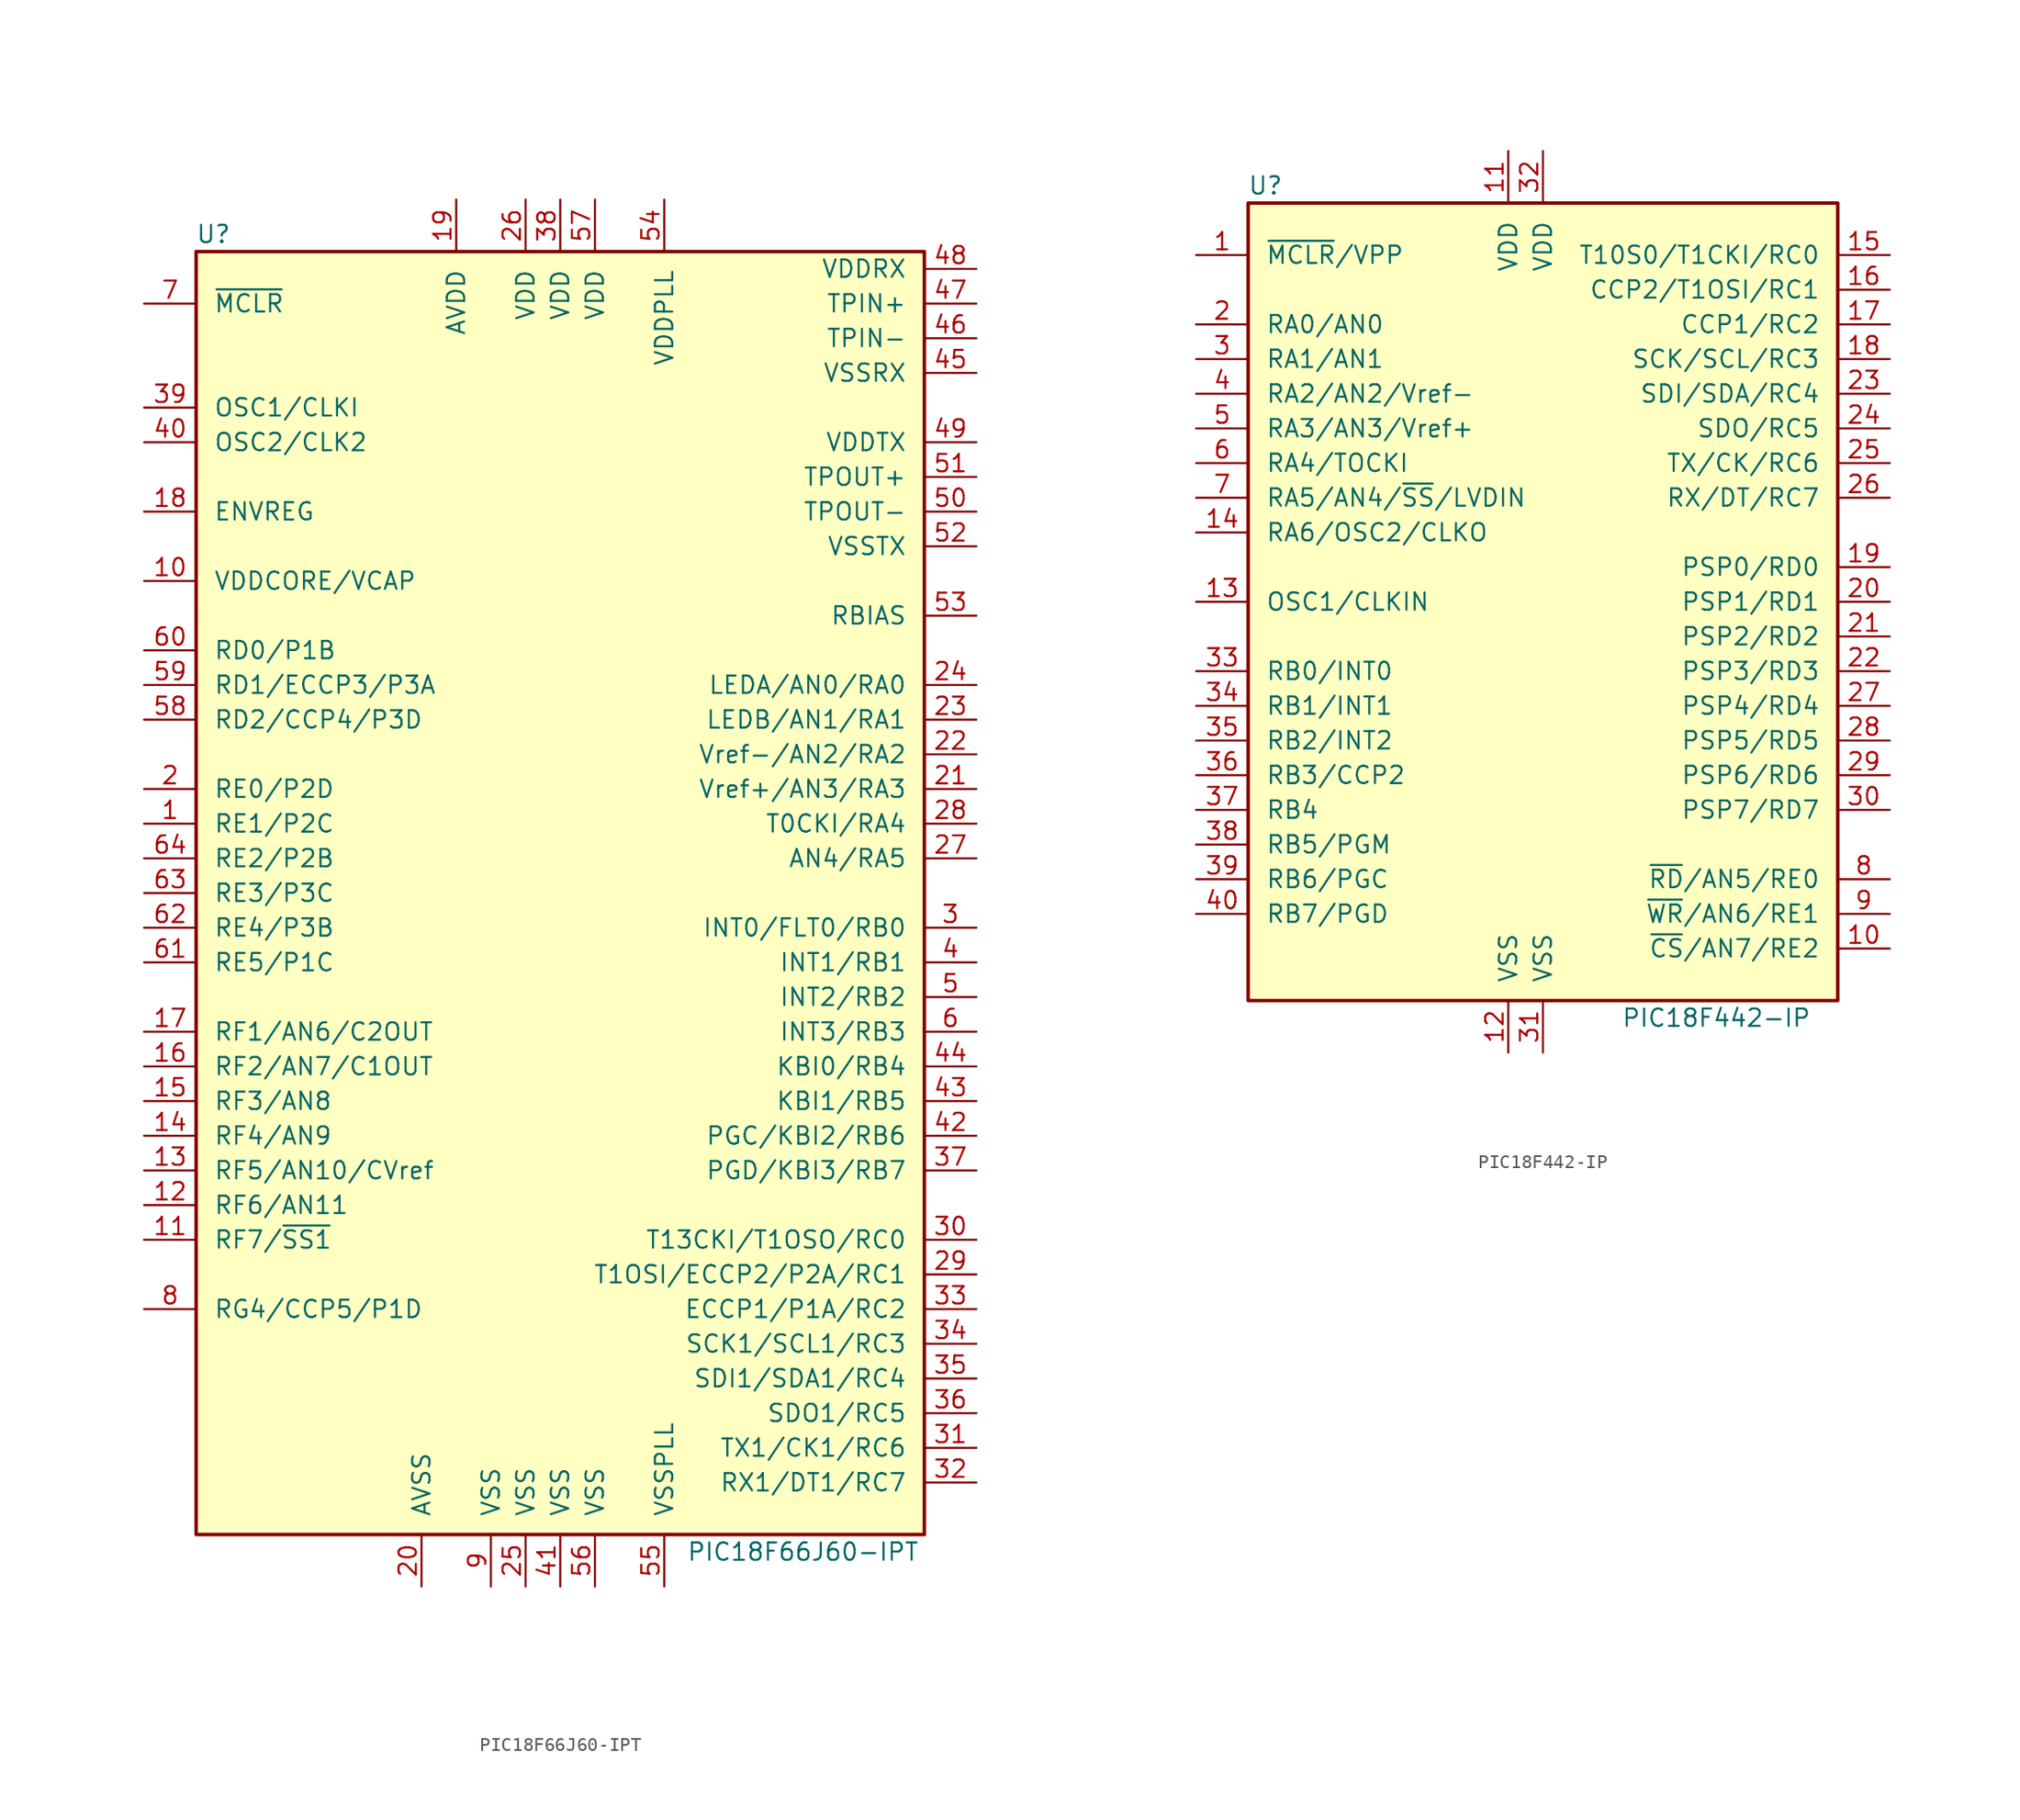
<source format=kicad_sym>
(kicad_symbol_lib
  (version 20201005)
  (generator kicad_symbol_editor)
  (symbol "PIC18F66J60-IPT"
    (pin_names
      (offset 1.27))
    (property "Reference" "U"
      (at -25.4 48.26 0)
      (effects (font (size 1.27 1.27))))
    (property "Value" "PIC18F66J60-IPT"
      (at 17.78 -48.26 0)
      (effects (font (size 1.27 1.27))))
    (symbol "PIC18F66J60-IPT_0_1"
      (rectangle (start -26.67 46.99) (end 26.67 -46.99) (stroke (width 0.254)) (fill (type background))))
    (symbol "PIC18F66J60-IPT_1_1"
      (pin bidirectional line (at -30.48 5.08 0) (length 3.81) (name "RE1/P2C" (effects (font (size 1.27 1.27)))) (number "1" (effects (font (size 1.27 1.27)))))
      (pin passive line (at -30.48 22.86 0) (length 3.81) (name "VDDCORE/VCAP" (effects (font (size 1.27 1.27)))) (number "10" (effects (font (size 1.27 1.27)))))
      (pin bidirectional line (at -30.48 -25.4 0) (length 3.81) (name "RF7/~SS1~" (effects (font (size 1.27 1.27)))) (number "11" (effects (font (size 1.27 1.27)))))
      (pin bidirectional line (at -30.48 -22.86 0) (length 3.81) (name "RF6/AN11" (effects (font (size 1.27 1.27)))) (number "12" (effects (font (size 1.27 1.27)))))
      (pin bidirectional line (at -30.48 -20.32 0) (length 3.81) (name "RF5/AN10/CVref" (effects (font (size 1.27 1.27)))) (number "13" (effects (font (size 1.27 1.27)))))
      (pin bidirectional line (at -30.48 -17.78 0) (length 3.81) (name "RF4/AN9" (effects (font (size 1.27 1.27)))) (number "14" (effects (font (size 1.27 1.27)))))
      (pin bidirectional line (at -30.48 -15.24 0) (length 3.81) (name "RF3/AN8" (effects (font (size 1.27 1.27)))) (number "15" (effects (font (size 1.27 1.27)))))
      (pin bidirectional line (at -30.48 -12.7 0) (length 3.81) (name "RF2/AN7/C1OUT" (effects (font (size 1.27 1.27)))) (number "16" (effects (font (size 1.27 1.27)))))
      (pin bidirectional line (at -30.48 -10.16 0) (length 3.81) (name "RF1/AN6/C2OUT" (effects (font (size 1.27 1.27)))) (number "17" (effects (font (size 1.27 1.27)))))
      (pin passive line (at -30.48 27.94 0) (length 3.81) (name "ENVREG" (effects (font (size 1.27 1.27)))) (number "18" (effects (font (size 1.27 1.27)))))
      (pin power_in line (at -7.62 50.8 270) (length 3.81) (name "AVDD" (effects (font (size 1.27 1.27)))) (number "19" (effects (font (size 1.27 1.27)))))
      (pin bidirectional line (at -30.48 7.62 0) (length 3.81) (name "RE0/P2D" (effects (font (size 1.27 1.27)))) (number "2" (effects (font (size 1.27 1.27)))))
      (pin power_in line (at -10.16 -50.8 90) (length 3.81) (name "AVSS" (effects (font (size 1.27 1.27)))) (number "20" (effects (font (size 1.27 1.27)))))
      (pin bidirectional line (at 30.48 7.62 180) (length 3.81) (name "Vref+/AN3/RA3" (effects (font (size 1.27 1.27)))) (number "21" (effects (font (size 1.27 1.27)))))
      (pin bidirectional line (at 30.48 10.16 180) (length 3.81) (name "Vref-/AN2/RA2" (effects (font (size 1.27 1.27)))) (number "22" (effects (font (size 1.27 1.27)))))
      (pin bidirectional line (at 30.48 12.7 180) (length 3.81) (name "LEDB/AN1/RA1" (effects (font (size 1.27 1.27)))) (number "23" (effects (font (size 1.27 1.27)))))
      (pin bidirectional line (at 30.48 15.24 180) (length 3.81) (name "LEDA/AN0/RA0" (effects (font (size 1.27 1.27)))) (number "24" (effects (font (size 1.27 1.27)))))
      (pin power_in line (at -2.54 -50.8 90) (length 3.81) (name "VSS" (effects (font (size 1.27 1.27)))) (number "25" (effects (font (size 1.27 1.27)))))
      (pin power_in line (at -2.54 50.8 270) (length 3.81) (name "VDD" (effects (font (size 1.27 1.27)))) (number "26" (effects (font (size 1.27 1.27)))))
      (pin bidirectional line (at 30.48 2.54 180) (length 3.81) (name "AN4/RA5" (effects (font (size 1.27 1.27)))) (number "27" (effects (font (size 1.27 1.27)))))
      (pin bidirectional line (at 30.48 5.08 180) (length 3.81) (name "T0CKI/RA4" (effects (font (size 1.27 1.27)))) (number "28" (effects (font (size 1.27 1.27)))))
      (pin bidirectional line (at 30.48 -27.94 180) (length 3.81) (name "T1OSI/ECCP2/P2A/RC1" (effects (font (size 1.27 1.27)))) (number "29" (effects (font (size 1.27 1.27)))))
      (pin bidirectional line (at 30.48 -2.54 180) (length 3.81) (name "INT0/FLT0/RB0" (effects (font (size 1.27 1.27)))) (number "3" (effects (font (size 1.27 1.27)))))
      (pin bidirectional line (at 30.48 -25.4 180) (length 3.81) (name "T13CKI/T1OSO/RC0" (effects (font (size 1.27 1.27)))) (number "30" (effects (font (size 1.27 1.27)))))
      (pin bidirectional line (at 30.48 -40.64 180) (length 3.81) (name "TX1/CK1/RC6" (effects (font (size 1.27 1.27)))) (number "31" (effects (font (size 1.27 1.27)))))
      (pin bidirectional line (at 30.48 -43.18 180) (length 3.81) (name "RX1/DT1/RC7" (effects (font (size 1.27 1.27)))) (number "32" (effects (font (size 1.27 1.27)))))
      (pin bidirectional line (at 30.48 -30.48 180) (length 3.81) (name "ECCP1/P1A/RC2" (effects (font (size 1.27 1.27)))) (number "33" (effects (font (size 1.27 1.27)))))
      (pin bidirectional line (at 30.48 -33.02 180) (length 3.81) (name "SCK1/SCL1/RC3" (effects (font (size 1.27 1.27)))) (number "34" (effects (font (size 1.27 1.27)))))
      (pin bidirectional line (at 30.48 -35.56 180) (length 3.81) (name "SDI1/SDA1/RC4" (effects (font (size 1.27 1.27)))) (number "35" (effects (font (size 1.27 1.27)))))
      (pin bidirectional line (at 30.48 -38.1 180) (length 3.81) (name "SDO1/RC5" (effects (font (size 1.27 1.27)))) (number "36" (effects (font (size 1.27 1.27)))))
      (pin bidirectional line (at 30.48 -20.32 180) (length 3.81) (name "PGD/KBI3/RB7" (effects (font (size 1.27 1.27)))) (number "37" (effects (font (size 1.27 1.27)))))
      (pin power_in line (at 0 50.8 270) (length 3.81) (name "VDD" (effects (font (size 1.27 1.27)))) (number "38" (effects (font (size 1.27 1.27)))))
      (pin input line (at -30.48 35.56 0) (length 3.81) (name "OSC1/CLKI" (effects (font (size 1.27 1.27)))) (number "39" (effects (font (size 1.27 1.27)))))
      (pin bidirectional line (at 30.48 -5.08 180) (length 3.81) (name "INT1/RB1" (effects (font (size 1.27 1.27)))) (number "4" (effects (font (size 1.27 1.27)))))
      (pin output line (at -30.48 33.02 0) (length 3.81) (name "OSC2/CLK2" (effects (font (size 1.27 1.27)))) (number "40" (effects (font (size 1.27 1.27)))))
      (pin power_in line (at 0 -50.8 90) (length 3.81) (name "VSS" (effects (font (size 1.27 1.27)))) (number "41" (effects (font (size 1.27 1.27)))))
      (pin bidirectional line (at 30.48 -17.78 180) (length 3.81) (name "PGC/KBI2/RB6" (effects (font (size 1.27 1.27)))) (number "42" (effects (font (size 1.27 1.27)))))
      (pin bidirectional line (at 30.48 -15.24 180) (length 3.81) (name "KBI1/RB5" (effects (font (size 1.27 1.27)))) (number "43" (effects (font (size 1.27 1.27)))))
      (pin bidirectional line (at 30.48 -12.7 180) (length 3.81) (name "KBI0/RB4" (effects (font (size 1.27 1.27)))) (number "44" (effects (font (size 1.27 1.27)))))
      (pin power_in line (at 30.48 38.1 180) (length 3.81) (name "VSSRX" (effects (font (size 1.27 1.27)))) (number "45" (effects (font (size 1.27 1.27)))))
      (pin passive line (at 30.48 40.64 180) (length 3.81) (name "TPIN-" (effects (font (size 1.27 1.27)))) (number "46" (effects (font (size 1.27 1.27)))))
      (pin passive line (at 30.48 43.18 180) (length 3.81) (name "TPIN+" (effects (font (size 1.27 1.27)))) (number "47" (effects (font (size 1.27 1.27)))))
      (pin power_in line (at 30.48 45.72 180) (length 3.81) (name "VDDRX" (effects (font (size 1.27 1.27)))) (number "48" (effects (font (size 1.27 1.27)))))
      (pin power_in line (at 30.48 33.02 180) (length 3.81) (name "VDDTX" (effects (font (size 1.27 1.27)))) (number "49" (effects (font (size 1.27 1.27)))))
      (pin bidirectional line (at 30.48 -7.62 180) (length 3.81) (name "INT2/RB2" (effects (font (size 1.27 1.27)))) (number "5" (effects (font (size 1.27 1.27)))))
      (pin passive line (at 30.48 27.94 180) (length 3.81) (name "TPOUT-" (effects (font (size 1.27 1.27)))) (number "50" (effects (font (size 1.27 1.27)))))
      (pin passive line (at 30.48 30.48 180) (length 3.81) (name "TPOUT+" (effects (font (size 1.27 1.27)))) (number "51" (effects (font (size 1.27 1.27)))))
      (pin power_in line (at 30.48 25.4 180) (length 3.81) (name "VSSTX" (effects (font (size 1.27 1.27)))) (number "52" (effects (font (size 1.27 1.27)))))
      (pin passive line (at 30.48 20.32 180) (length 3.81) (name "RBIAS" (effects (font (size 1.27 1.27)))) (number "53" (effects (font (size 1.27 1.27)))))
      (pin power_in line (at 7.62 50.8 270) (length 3.81) (name "VDDPLL" (effects (font (size 1.27 1.27)))) (number "54" (effects (font (size 1.27 1.27)))))
      (pin power_in line (at 7.62 -50.8 90) (length 3.81) (name "VSSPLL" (effects (font (size 1.27 1.27)))) (number "55" (effects (font (size 1.27 1.27)))))
      (pin power_in line (at 2.54 -50.8 90) (length 3.81) (name "VSS" (effects (font (size 1.27 1.27)))) (number "56" (effects (font (size 1.27 1.27)))))
      (pin power_in line (at 2.54 50.8 270) (length 3.81) (name "VDD" (effects (font (size 1.27 1.27)))) (number "57" (effects (font (size 1.27 1.27)))))
      (pin bidirectional line (at -30.48 12.7 0) (length 3.81) (name "RD2/CCP4/P3D" (effects (font (size 1.27 1.27)))) (number "58" (effects (font (size 1.27 1.27)))))
      (pin bidirectional line (at -30.48 15.24 0) (length 3.81) (name "RD1/ECCP3/P3A" (effects (font (size 1.27 1.27)))) (number "59" (effects (font (size 1.27 1.27)))))
      (pin bidirectional line (at 30.48 -10.16 180) (length 3.81) (name "INT3/RB3" (effects (font (size 1.27 1.27)))) (number "6" (effects (font (size 1.27 1.27)))))
      (pin bidirectional line (at -30.48 17.78 0) (length 3.81) (name "RD0/P1B" (effects (font (size 1.27 1.27)))) (number "60" (effects (font (size 1.27 1.27)))))
      (pin bidirectional line (at -30.48 -5.08 0) (length 3.81) (name "RE5/P1C" (effects (font (size 1.27 1.27)))) (number "61" (effects (font (size 1.27 1.27)))))
      (pin bidirectional line (at -30.48 -2.54 0) (length 3.81) (name "RE4/P3B" (effects (font (size 1.27 1.27)))) (number "62" (effects (font (size 1.27 1.27)))))
      (pin bidirectional line (at -30.48 0 0) (length 3.81) (name "RE3/P3C" (effects (font (size 1.27 1.27)))) (number "63" (effects (font (size 1.27 1.27)))))
      (pin bidirectional line (at -30.48 2.54 0) (length 3.81) (name "RE2/P2B" (effects (font (size 1.27 1.27)))) (number "64" (effects (font (size 1.27 1.27)))))
      (pin input line (at -30.48 43.18 0) (length 3.81) (name "~MCLR~" (effects (font (size 1.27 1.27)))) (number "7" (effects (font (size 1.27 1.27)))))
      (pin bidirectional line (at -30.48 -30.48 0) (length 3.81) (name "RG4/CCP5/P1D" (effects (font (size 1.27 1.27)))) (number "8" (effects (font (size 1.27 1.27)))))
      (pin power_in line (at -5.08 -50.8 90) (length 3.81) (name "VSS" (effects (font (size 1.27 1.27)))) (number "9" (effects (font (size 1.27 1.27)))))))
  (symbol "PIC18F442-IP"
    (pin_names
      (offset 1.27))
    (property "Reference" "U"
      (at -20.32 30.48 0)
      (effects (font (size 1.27 1.27))))
    (property "Value" "PIC18F442-IP"
      (at 12.7 -30.48 0)
      (effects (font (size 1.27 1.27))))
    (symbol "PIC18F442-IP_0_1"
      (rectangle (start -21.59 -29.21) (end 21.59 29.21) (stroke (width 0.254)) (fill (type background))))
    (symbol "PIC18F442-IP_1_1"
      (pin input line (at -25.4 25.4 0) (length 3.81) (name "~MCLR~/VPP" (effects (font (size 1.27 1.27)))) (number "1" (effects (font (size 1.27 1.27)))))
      (pin bidirectional line (at 25.4 -25.4 180) (length 3.81) (name "~CS~/AN7/RE2" (effects (font (size 1.27 1.27)))) (number "10" (effects (font (size 1.27 1.27)))))
      (pin power_in line (at -2.54 33.02 270) (length 3.81) (name "VDD" (effects (font (size 1.27 1.27)))) (number "11" (effects (font (size 1.27 1.27)))))
      (pin power_in line (at -2.54 -33.02 90) (length 3.81) (name "VSS" (effects (font (size 1.27 1.27)))) (number "12" (effects (font (size 1.27 1.27)))))
      (pin input line (at -25.4 0 0) (length 3.81) (name "OSC1/CLKIN" (effects (font (size 1.27 1.27)))) (number "13" (effects (font (size 1.27 1.27)))))
      (pin output line (at -25.4 5.08 0) (length 3.81) (name "RA6/OSC2/CLKO" (effects (font (size 1.27 1.27)))) (number "14" (effects (font (size 1.27 1.27)))))
      (pin bidirectional line (at 25.4 25.4 180) (length 3.81) (name "T10S0/T1CKI/RC0" (effects (font (size 1.27 1.27)))) (number "15" (effects (font (size 1.27 1.27)))))
      (pin bidirectional line (at 25.4 22.86 180) (length 3.81) (name "CCP2/T1OSI/RC1" (effects (font (size 1.27 1.27)))) (number "16" (effects (font (size 1.27 1.27)))))
      (pin bidirectional line (at 25.4 20.32 180) (length 3.81) (name "CCP1/RC2" (effects (font (size 1.27 1.27)))) (number "17" (effects (font (size 1.27 1.27)))))
      (pin bidirectional line (at 25.4 17.78 180) (length 3.81) (name "SCK/SCL/RC3" (effects (font (size 1.27 1.27)))) (number "18" (effects (font (size 1.27 1.27)))))
      (pin bidirectional line (at 25.4 2.54 180) (length 3.81) (name "PSP0/RD0" (effects (font (size 1.27 1.27)))) (number "19" (effects (font (size 1.27 1.27)))))
      (pin bidirectional line (at -25.4 20.32 0) (length 3.81) (name "RA0/AN0" (effects (font (size 1.27 1.27)))) (number "2" (effects (font (size 1.27 1.27)))))
      (pin bidirectional line (at 25.4 0 180) (length 3.81) (name "PSP1/RD1" (effects (font (size 1.27 1.27)))) (number "20" (effects (font (size 1.27 1.27)))))
      (pin bidirectional line (at 25.4 -2.54 180) (length 3.81) (name "PSP2/RD2" (effects (font (size 1.27 1.27)))) (number "21" (effects (font (size 1.27 1.27)))))
      (pin bidirectional line (at 25.4 -5.08 180) (length 3.81) (name "PSP3/RD3" (effects (font (size 1.27 1.27)))) (number "22" (effects (font (size 1.27 1.27)))))
      (pin bidirectional line (at 25.4 15.24 180) (length 3.81) (name "SDI/SDA/RC4" (effects (font (size 1.27 1.27)))) (number "23" (effects (font (size 1.27 1.27)))))
      (pin bidirectional line (at 25.4 12.7 180) (length 3.81) (name "SDO/RC5" (effects (font (size 1.27 1.27)))) (number "24" (effects (font (size 1.27 1.27)))))
      (pin bidirectional line (at 25.4 10.16 180) (length 3.81) (name "TX/CK/RC6" (effects (font (size 1.27 1.27)))) (number "25" (effects (font (size 1.27 1.27)))))
      (pin bidirectional line (at 25.4 7.62 180) (length 3.81) (name "RX/DT/RC7" (effects (font (size 1.27 1.27)))) (number "26" (effects (font (size 1.27 1.27)))))
      (pin bidirectional line (at 25.4 -7.62 180) (length 3.81) (name "PSP4/RD4" (effects (font (size 1.27 1.27)))) (number "27" (effects (font (size 1.27 1.27)))))
      (pin bidirectional line (at 25.4 -10.16 180) (length 3.81) (name "PSP5/RD5" (effects (font (size 1.27 1.27)))) (number "28" (effects (font (size 1.27 1.27)))))
      (pin bidirectional line (at 25.4 -12.7 180) (length 3.81) (name "PSP6/RD6" (effects (font (size 1.27 1.27)))) (number "29" (effects (font (size 1.27 1.27)))))
      (pin bidirectional line (at -25.4 17.78 0) (length 3.81) (name "RA1/AN1" (effects (font (size 1.27 1.27)))) (number "3" (effects (font (size 1.27 1.27)))))
      (pin bidirectional line (at 25.4 -15.24 180) (length 3.81) (name "PSP7/RD7" (effects (font (size 1.27 1.27)))) (number "30" (effects (font (size 1.27 1.27)))))
      (pin power_in line (at 0 -33.02 90) (length 3.81) (name "VSS" (effects (font (size 1.27 1.27)))) (number "31" (effects (font (size 1.27 1.27)))))
      (pin power_in line (at 0 33.02 270) (length 3.81) (name "VDD" (effects (font (size 1.27 1.27)))) (number "32" (effects (font (size 1.27 1.27)))))
      (pin bidirectional line (at -25.4 -5.08 0) (length 3.81) (name "RB0/INT0" (effects (font (size 1.27 1.27)))) (number "33" (effects (font (size 1.27 1.27)))))
      (pin bidirectional line (at -25.4 -7.62 0) (length 3.81) (name "RB1/INT1" (effects (font (size 1.27 1.27)))) (number "34" (effects (font (size 1.27 1.27)))))
      (pin bidirectional line (at -25.4 -10.16 0) (length 3.81) (name "RB2/INT2" (effects (font (size 1.27 1.27)))) (number "35" (effects (font (size 1.27 1.27)))))
      (pin bidirectional line (at -25.4 -12.7 0) (length 3.81) (name "RB3/CCP2" (effects (font (size 1.27 1.27)))) (number "36" (effects (font (size 1.27 1.27)))))
      (pin bidirectional line (at -25.4 -15.24 0) (length 3.81) (name "RB4" (effects (font (size 1.27 1.27)))) (number "37" (effects (font (size 1.27 1.27)))))
      (pin bidirectional line (at -25.4 -17.78 0) (length 3.81) (name "RB5/PGM" (effects (font (size 1.27 1.27)))) (number "38" (effects (font (size 1.27 1.27)))))
      (pin bidirectional line (at -25.4 -20.32 0) (length 3.81) (name "RB6/PGC" (effects (font (size 1.27 1.27)))) (number "39" (effects (font (size 1.27 1.27)))))
      (pin bidirectional line (at -25.4 15.24 0) (length 3.81) (name "RA2/AN2/Vref-" (effects (font (size 1.27 1.27)))) (number "4" (effects (font (size 1.27 1.27)))))
      (pin bidirectional line (at -25.4 -22.86 0) (length 3.81) (name "RB7/PGD" (effects (font (size 1.27 1.27)))) (number "40" (effects (font (size 1.27 1.27)))))
      (pin bidirectional line (at -25.4 12.7 0) (length 3.81) (name "RA3/AN3/Vref+" (effects (font (size 1.27 1.27)))) (number "5" (effects (font (size 1.27 1.27)))))
      (pin bidirectional line (at -25.4 10.16 0) (length 3.81) (name "RA4/TOCKI" (effects (font (size 1.27 1.27)))) (number "6" (effects (font (size 1.27 1.27)))))
      (pin bidirectional line (at -25.4 7.62 0) (length 3.81) (name "RA5/AN4/~SS~/LVDIN" (effects (font (size 1.27 1.27)))) (number "7" (effects (font (size 1.27 1.27)))))
      (pin bidirectional line (at 25.4 -20.32 180) (length 3.81) (name "~RD~/AN5/RE0" (effects (font (size 1.27 1.27)))) (number "8" (effects (font (size 1.27 1.27)))))
      (pin bidirectional line (at 25.4 -22.86 180) (length 3.81) (name "~WR~/AN6/RE1" (effects (font (size 1.27 1.27)))) (number "9" (effects (font (size 1.27 1.27))))))))
</source>
